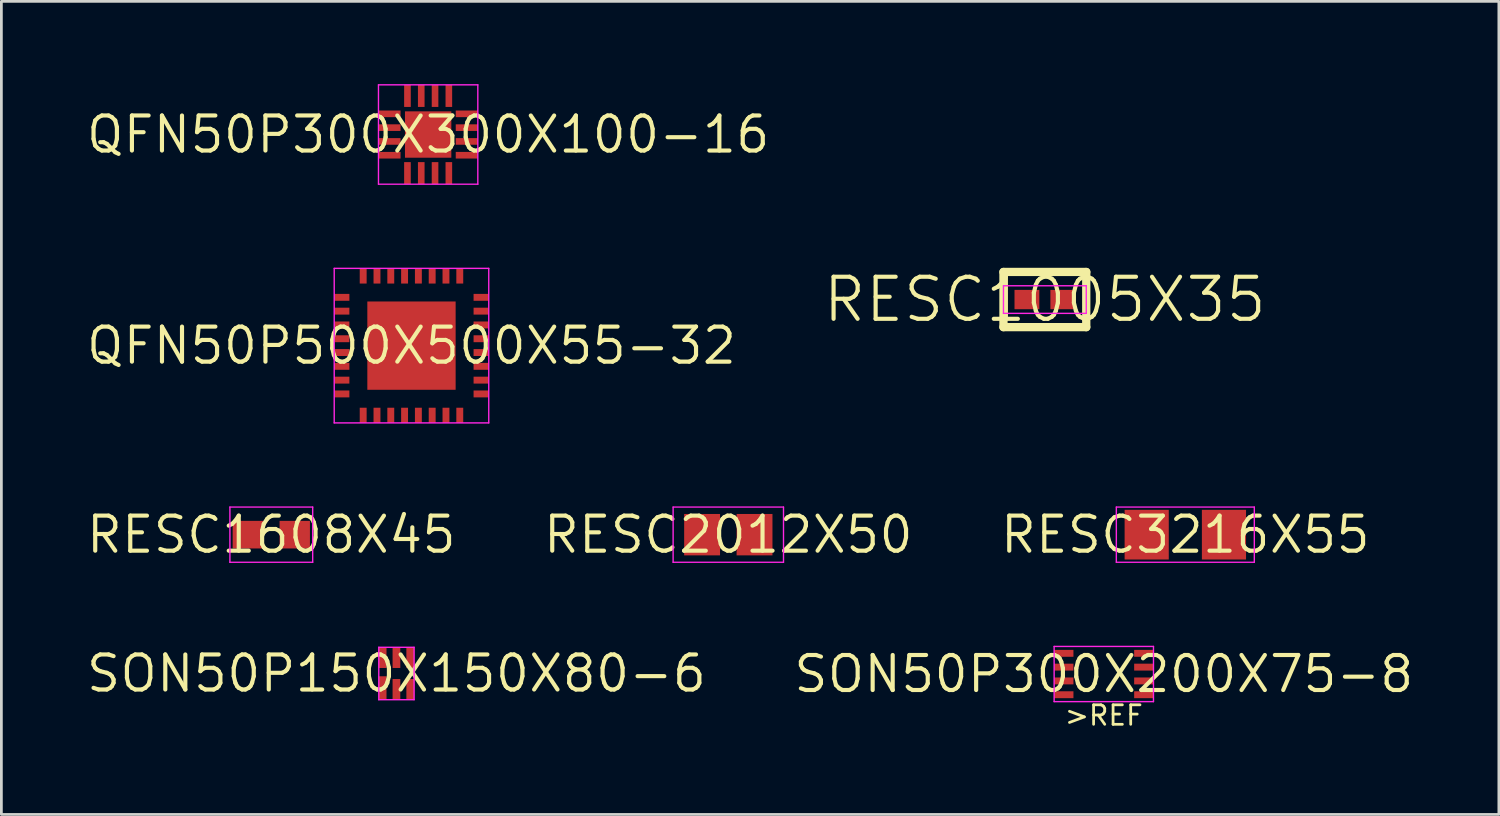
<source format=kicad_pcb>
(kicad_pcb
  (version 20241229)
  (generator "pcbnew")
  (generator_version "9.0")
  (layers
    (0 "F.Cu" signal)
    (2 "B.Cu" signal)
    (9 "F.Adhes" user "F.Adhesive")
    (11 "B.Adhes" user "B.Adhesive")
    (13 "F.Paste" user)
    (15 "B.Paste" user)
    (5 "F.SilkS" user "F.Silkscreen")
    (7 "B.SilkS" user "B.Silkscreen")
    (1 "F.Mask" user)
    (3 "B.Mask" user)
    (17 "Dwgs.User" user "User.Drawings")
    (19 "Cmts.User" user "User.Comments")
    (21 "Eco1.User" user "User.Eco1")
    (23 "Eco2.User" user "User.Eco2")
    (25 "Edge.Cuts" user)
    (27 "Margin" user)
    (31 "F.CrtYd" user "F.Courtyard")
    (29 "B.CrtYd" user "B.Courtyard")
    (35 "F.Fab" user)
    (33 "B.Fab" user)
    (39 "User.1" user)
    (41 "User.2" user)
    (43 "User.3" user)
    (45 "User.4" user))
  (footprint "SON50P150X150X80-6"
    (layer "F.Cu")
    (at 11.316 21.356)
    (property "Reference" "SON50P150X150X80-6" (at 0 0 0) (layer "F.SilkS") (effects (font (size 1.27 1.27) (thickness 0.15))))
    (attr through_hole)
    (fp_line (start -0.64 -0.95) (end -0.64 0.95) (stroke (width 0.05) (type solid)) (layer "F.CrtYd"))
    (fp_line (start -0.64 0.95) (end 0.64 0.95) (stroke (width 0.05) (type solid)) (layer "F.CrtYd"))
    (fp_line (start 0.64 -0.95) (end -0.64 -0.95) (stroke (width 0.05) (type solid)) (layer "F.CrtYd"))
    (fp_line (start 0.64 0.95) (end 0.64 -0.95) (stroke (width 0.05) (type solid)) (layer "F.CrtYd"))
    (pad "0" smd rect (at -0.5 -0.575) (size 0.28 0.75) (layers "F.Cu" "F.Mask" "F.Paste"))
    (pad "1" smd rect (at 0 -0.575) (size 0.28 0.75) (layers "F.Cu" "F.Mask" "F.Paste"))
    (pad "2" smd rect (at 0.5 -0.575) (size 0.28 0.75) (layers "F.Cu" "F.Mask" "F.Paste"))
    (pad "3" smd rect (at -0.5 0.525) (size 0.28 0.85) (layers "F.Cu" "F.Mask" "F.Paste"))
    (pad "4" smd rect (at 0 0.575) (size 0.28 0.75) (layers "F.Cu" "F.Mask" "F.Paste"))
    (pad "5" smd rect (at 0.5 0.575) (size 0.28 0.75) (layers "F.Cu" "F.Mask" "F.Paste")))
  (footprint "QFN50P500X500X55-32"
    (layer "F.Cu")
    (at 11.861 9.475)
    (property "Reference" "QFN50P500X500X55-32" (at 0 0 0) (layer "F.SilkS") (effects (font (size 1.27 1.27) (thickness 0.15))))
    (attr through_hole)
    (fp_line (start -2.8 -2.8) (end -2.8 2.8) (stroke (width 0.05) (type solid)) (layer "F.CrtYd"))
    (fp_line (start -2.8 2.8) (end 2.8 2.8) (stroke (width 0.05) (type solid)) (layer "F.CrtYd"))
    (fp_line (start 2.8 -2.8) (end -2.8 -2.8) (stroke (width 0.05) (type solid)) (layer "F.CrtYd"))
    (fp_line (start 2.8 2.8) (end 2.8 -2.8) (stroke (width 0.05) (type solid)) (layer "F.CrtYd"))
    (pad "0" smd rect (at -2.525 -1.75 270) (size 0.25 0.55) (layers "F.Cu" "F.Mask" "F.Paste"))
    (pad "1" smd rect (at -2.525 -1.25 270) (size 0.25 0.55) (layers "F.Cu" "F.Mask" "F.Paste"))
    (pad "2" smd rect (at -2.525 -0.75 270) (size 0.25 0.55) (layers "F.Cu" "F.Mask" "F.Paste"))
    (pad "3" smd rect (at -2.525 -0.25 270) (size 0.25 0.55) (layers "F.Cu" "F.Mask" "F.Paste"))
    (pad "4" smd rect (at -2.525 0.25 270) (size 0.25 0.55) (layers "F.Cu" "F.Mask" "F.Paste"))
    (pad "5" smd rect (at -2.525 0.75 270) (size 0.25 0.55) (layers "F.Cu" "F.Mask" "F.Paste"))
    (pad "6" smd rect (at -2.525 1.25 270) (size 0.25 0.55) (layers "F.Cu" "F.Mask" "F.Paste"))
    (pad "7" smd rect (at -2.525 1.75 270) (size 0.25 0.55) (layers "F.Cu" "F.Mask" "F.Paste"))
    (pad "8" smd rect (at -1.75 2.525) (size 0.25 0.55) (layers "F.Cu" "F.Mask" "F.Paste"))
    (pad "9" smd rect (at -1.25 2.525) (size 0.25 0.55) (layers "F.Cu" "F.Mask" "F.Paste"))
    (pad "10" smd rect (at -0.75 2.525) (size 0.25 0.55) (layers "F.Cu" "F.Mask" "F.Paste"))
    (pad "11" smd rect (at -0.25 2.525) (size 0.25 0.55) (layers "F.Cu" "F.Mask" "F.Paste"))
    (pad "12" smd rect (at 0.25 2.525) (size 0.25 0.55) (layers "F.Cu" "F.Mask" "F.Paste"))
    (pad "13" smd rect (at 0.75 2.525) (size 0.25 0.55) (layers "F.Cu" "F.Mask" "F.Paste"))
    (pad "14" smd rect (at 1.25 2.525) (size 0.25 0.55) (layers "F.Cu" "F.Mask" "F.Paste"))
    (pad "15" smd rect (at 1.75 2.525) (size 0.25 0.55) (layers "F.Cu" "F.Mask" "F.Paste"))
    (pad "16" smd rect (at 2.525 1.75 90) (size 0.25 0.55) (layers "F.Cu" "F.Mask" "F.Paste"))
    (pad "17" smd rect (at 2.525 1.25 90) (size 0.25 0.55) (layers "F.Cu" "F.Mask" "F.Paste"))
    (pad "18" smd rect (at 2.525 0.75 90) (size 0.25 0.55) (layers "F.Cu" "F.Mask" "F.Paste"))
    (pad "19" smd rect (at 2.525 0.25 90) (size 0.25 0.55) (layers "F.Cu" "F.Mask" "F.Paste"))
    (pad "20" smd rect (at 2.525 -0.25 90) (size 0.25 0.55) (layers "F.Cu" "F.Mask" "F.Paste"))
    (pad "21" smd rect (at 2.525 -0.75 90) (size 0.25 0.55) (layers "F.Cu" "F.Mask" "F.Paste"))
    (pad "22" smd rect (at 2.525 -1.25 90) (size 0.25 0.55) (layers "F.Cu" "F.Mask" "F.Paste"))
    (pad "23" smd rect (at 2.525 -1.75 90) (size 0.25 0.55) (layers "F.Cu" "F.Mask" "F.Paste"))
    (pad "24" smd rect (at 1.75 -2.525 180) (size 0.25 0.55) (layers "F.Cu" "F.Mask" "F.Paste"))
    (pad "25" smd rect (at 1.25 -2.525 180) (size 0.25 0.55) (layers "F.Cu" "F.Mask" "F.Paste"))
    (pad "26" smd rect (at 0.75 -2.525 180) (size 0.25 0.55) (layers "F.Cu" "F.Mask" "F.Paste"))
    (pad "27" smd rect (at 0.25 -2.525 180) (size 0.25 0.55) (layers "F.Cu" "F.Mask" "F.Paste"))
    (pad "28" smd rect (at -0.25 -2.525 180) (size 0.25 0.55) (layers "F.Cu" "F.Mask" "F.Paste"))
    (pad "29" smd rect (at -0.75 -2.525 180) (size 0.25 0.55) (layers "F.Cu" "F.Mask" "F.Paste"))
    (pad "30" smd rect (at -1.25 -2.525 180) (size 0.25 0.55) (layers "F.Cu" "F.Mask" "F.Paste"))
    (pad "31" smd rect (at -1.75 -2.525 180) (size 0.25 0.55) (layers "F.Cu" "F.Mask" "F.Paste"))
    (pad "32" smd rect (at 0 0) (size 3.2 3.2) (layers "F.Cu" "F.Mask" "F.Paste")))
  (footprint "RESC1608X45"
    (layer "F.Cu")
    (at 6.781 16.325)
    (property "Reference" "RESC1608X45" (at 0 0 0) (layer "F.SilkS") (effects (font (size 1.27 1.27) (thickness 0.15))))
    (attr through_hole)
    (fp_line (start -1.5 -1) (end -1.5 1) (stroke (width 0.05) (type solid)) (layer "F.CrtYd"))
    (fp_line (start -1.5 1) (end 1.5 1) (stroke (width 0.05) (type solid)) (layer "F.CrtYd"))
    (fp_line (start 1.5 -1) (end -1.5 -1) (stroke (width 0.05) (type solid)) (layer "F.CrtYd"))
    (fp_line (start 1.5 1) (end 1.5 -1) (stroke (width 0.05) (type solid)) (layer "F.CrtYd"))
    (pad "0" smd rect (at -0.85 0) (size 1.1 1) (layers "F.Cu" "F.Mask" "F.Paste"))
    (pad "1" smd rect (at 0.85 0) (size 1.1 1) (layers "F.Cu" "F.Mask" "F.Paste")))
  (footprint "SON50P300X200X75-8"
    (layer "F.Cu")
    (at 36.949 21.375)
    (property "Reference" "SON50P300X200X75-8" (at 0 0 0) (layer "F.SilkS") (effects (font (size 1.27 1.27) (thickness 0.15))))
    (attr through_hole)
    (fp_line (start -1.8 -1) (end -1.8 1) (stroke (width 0.05) (type solid)) (layer "F.CrtYd"))
    (fp_line (start -1.8 1) (end 1.8 1) (stroke (width 0.05) (type solid)) (layer "F.CrtYd"))
    (fp_line (start 1.8 -1) (end -1.8 -1) (stroke (width 0.05) (type solid)) (layer "F.CrtYd"))
    (fp_line (start 1.8 1) (end 1.8 -1) (stroke (width 0.05) (type solid)) (layer "F.CrtYd"))
    (fp_text user ">REF" (at 0 1.5 0) (layer "F.SilkS") (effects (font (size 0.706 0.706) (thickness 0.1))))
    (pad "0" smd rect (at -1.45 -0.75 270) (size 0.25 0.7) (layers "F.Cu" "F.Mask" "F.Paste"))
    (pad "1" smd rect (at -1.45 -0.25 270) (size 0.25 0.7) (layers "F.Cu" "F.Mask" "F.Paste"))
    (pad "2" smd rect (at -1.45 0.25 270) (size 0.25 0.7) (layers "F.Cu" "F.Mask" "F.Paste"))
    (pad "3" smd rect (at -1.45 0.75 270) (size 0.25 0.7) (layers "F.Cu" "F.Mask" "F.Paste"))
    (pad "4" smd rect (at 1.45 0.75 90) (size 0.25 0.7) (layers "F.Cu" "F.Mask" "F.Paste"))
    (pad "5" smd rect (at 1.45 0.25 90) (size 0.25 0.7) (layers "F.Cu" "F.Mask" "F.Paste"))
    (pad "6" smd rect (at 1.45 -0.25 90) (size 0.25 0.7) (layers "F.Cu" "F.Mask" "F.Paste"))
    (pad "7" smd rect (at 1.45 -0.75 90) (size 0.25 0.7) (layers "F.Cu" "F.Mask" "F.Paste")))
  (footprint "RESC1005X35"
    (layer "F.Cu")
    (at 34.813 7.805)
    (property "Reference" "RESC1005X35" (at 0 0 0) (layer "F.SilkS") (effects (font (size 1.524 1.524) (thickness 0.15))))
    (attr through_hole)
    (fp_line (start -1.5 -1) (end -1.5 1) (stroke (width 0.3) (type solid)) (layer "F.SilkS"))
    (fp_line (start -1.5 1) (end 1.5 1) (stroke (width 0.3) (type solid)) (layer "F.SilkS"))
    (fp_line (start 1.5 -1) (end -1.5 -1) (stroke (width 0.3) (type solid)) (layer "F.SilkS"))
    (fp_line (start 1.5 1) (end 1.5 -1) (stroke (width 0.3) (type solid)) (layer "F.SilkS"))
    (fp_line (start -1.5 -0.5) (end -1.5 0.5) (stroke (width 0.05) (type solid)) (layer "F.CrtYd"))
    (fp_line (start -1.5 0.5) (end 1.5 0.5) (stroke (width 0.05) (type solid)) (layer "F.CrtYd"))
    (fp_line (start 1.5 -0.5) (end -1.5 -0.5) (stroke (width 0.05) (type solid)) (layer "F.CrtYd"))
    (fp_line (start 1.5 0.5) (end 1.5 -0.5) (stroke (width 0.05) (type solid)) (layer "F.CrtYd"))
    (pad "0" smd rect (at -0.65 0) (size 0.9 0.7) (layers "F.Cu" "F.Mask" "F.Paste"))
    (pad "1" smd rect (at 0.65 0) (size 0.9 0.7) (layers "F.Cu" "F.Mask" "F.Paste")))
  (footprint "QFN50P300X300X100-16"
    (layer "F.Cu")
    (at 12.465 1.825)
    (property "Reference" "QFN50P300X300X100-16" (at 0 0 0) (layer "F.SilkS") (effects (font (size 1.27 1.27) (thickness 0.15))))
    (attr through_hole)
    (fp_line (start -1.8 -1.8) (end -1.8 1.8) (stroke (width 0.05) (type solid)) (layer "F.CrtYd"))
    (fp_line (start -1.8 1.8) (end 1.8 1.8) (stroke (width 0.05) (type solid)) (layer "F.CrtYd"))
    (fp_line (start 1.8 -1.8) (end -1.8 -1.8) (stroke (width 0.05) (type solid)) (layer "F.CrtYd"))
    (fp_line (start 1.8 1.8) (end 1.8 -1.8) (stroke (width 0.05) (type solid)) (layer "F.CrtYd"))
    (pad "0" smd rect (at -1.4 -0.75 270) (size 0.24 0.8) (layers "F.Cu" "F.Mask" "F.Paste"))
    (pad "1" smd rect (at -1.4 -0.25 270) (size 0.24 0.8) (layers "F.Cu" "F.Mask" "F.Paste"))
    (pad "2" smd rect (at -1.4 0.25 270) (size 0.24 0.8) (layers "F.Cu" "F.Mask" "F.Paste"))
    (pad "3" smd rect (at -1.4 0.75 270) (size 0.24 0.8) (layers "F.Cu" "F.Mask" "F.Paste"))
    (pad "4" smd rect (at -0.75 1.4) (size 0.24 0.8) (layers "F.Cu" "F.Mask" "F.Paste"))
    (pad "5" smd rect (at -0.25 1.4) (size 0.24 0.8) (layers "F.Cu" "F.Mask" "F.Paste"))
    (pad "6" smd rect (at 0.25 1.4) (size 0.24 0.8) (layers "F.Cu" "F.Mask" "F.Paste"))
    (pad "7" smd rect (at 0.75 1.4) (size 0.24 0.8) (layers "F.Cu" "F.Mask" "F.Paste"))
    (pad "8" smd rect (at 1.4 0.75 90) (size 0.24 0.8) (layers "F.Cu" "F.Mask" "F.Paste"))
    (pad "9" smd rect (at 1.4 0.25 90) (size 0.24 0.8) (layers "F.Cu" "F.Mask" "F.Paste"))
    (pad "10" smd rect (at 1.4 -0.25 90) (size 0.24 0.8) (layers "F.Cu" "F.Mask" "F.Paste"))
    (pad "11" smd rect (at 1.4 -0.75 90) (size 0.24 0.8) (layers "F.Cu" "F.Mask" "F.Paste"))
    (pad "12" smd rect (at 0.75 -1.4 180) (size 0.24 0.8) (layers "F.Cu" "F.Mask" "F.Paste"))
    (pad "13" smd rect (at 0.25 -1.4 180) (size 0.24 0.8) (layers "F.Cu" "F.Mask" "F.Paste"))
    (pad "14" smd rect (at -0.25 -1.4 180) (size 0.24 0.8) (layers "F.Cu" "F.Mask" "F.Paste"))
    (pad "15" smd rect (at -0.75 -1.4 180) (size 0.24 0.8) (layers "F.Cu" "F.Mask" "F.Paste"))
    (pad "16" smd rect (at 0 0) (size 1.68 1.68) (layers "F.Cu" "F.Mask" "F.Paste")))
  (footprint "RESC3216X55"
    (layer "F.Cu")
    (at 39.903 16.325)
    (property "Reference" "RESC3216X55" (at 0 0 0) (layer "F.SilkS") (effects (font (size 1.27 1.27) (thickness 0.15))))
    (attr through_hole)
    (fp_line (start -2.5 -1) (end -2.5 1) (stroke (width 0.05) (type solid)) (layer "F.CrtYd"))
    (fp_line (start -2.5 1) (end 2.5 1) (stroke (width 0.05) (type solid)) (layer "F.CrtYd"))
    (fp_line (start 2.5 -1) (end -2.5 -1) (stroke (width 0.05) (type solid)) (layer "F.CrtYd"))
    (fp_line (start 2.5 1) (end 2.5 -1) (stroke (width 0.05) (type solid)) (layer "F.CrtYd"))
    (pad "0" smd rect (at -1.4 0) (size 1.6 1.8) (layers "F.Cu" "F.Mask" "F.Paste"))
    (pad "1" smd rect (at 1.4 0) (size 1.6 1.8) (layers "F.Cu" "F.Mask" "F.Paste")))
  (footprint "RESC2012X50"
    (layer "F.Cu")
    (at 23.342 16.325)
    (property "Reference" "RESC2012X50" (at 0 0 0) (layer "F.SilkS") (effects (font (size 1.27 1.27) (thickness 0.15))))
    (attr through_hole)
    (fp_line (start -2 -1) (end -2 1) (stroke (width 0.05) (type solid)) (layer "F.CrtYd"))
    (fp_line (start -2 1) (end 2 1) (stroke (width 0.05) (type solid)) (layer "F.CrtYd"))
    (fp_line (start 2 -1) (end -2 -1) (stroke (width 0.05) (type solid)) (layer "F.CrtYd"))
    (fp_line (start 2 1) (end 2 -1) (stroke (width 0.05) (type solid)) (layer "F.CrtYd"))
    (pad "0" smd rect (at -0.95 0) (size 1.3 1.5) (layers "F.Cu" "F.Mask" "F.Paste"))
    (pad "1" smd rect (at 0.95 0) (size 1.3 1.5) (layers "F.Cu" "F.Mask" "F.Paste")))
  (gr_rect
    (start -3 -3)
    (end 51.265 26.463)
    (stroke (width 0.1) (type default))
    (fill no)
    (layer "Edge.Cuts")))
</source>
